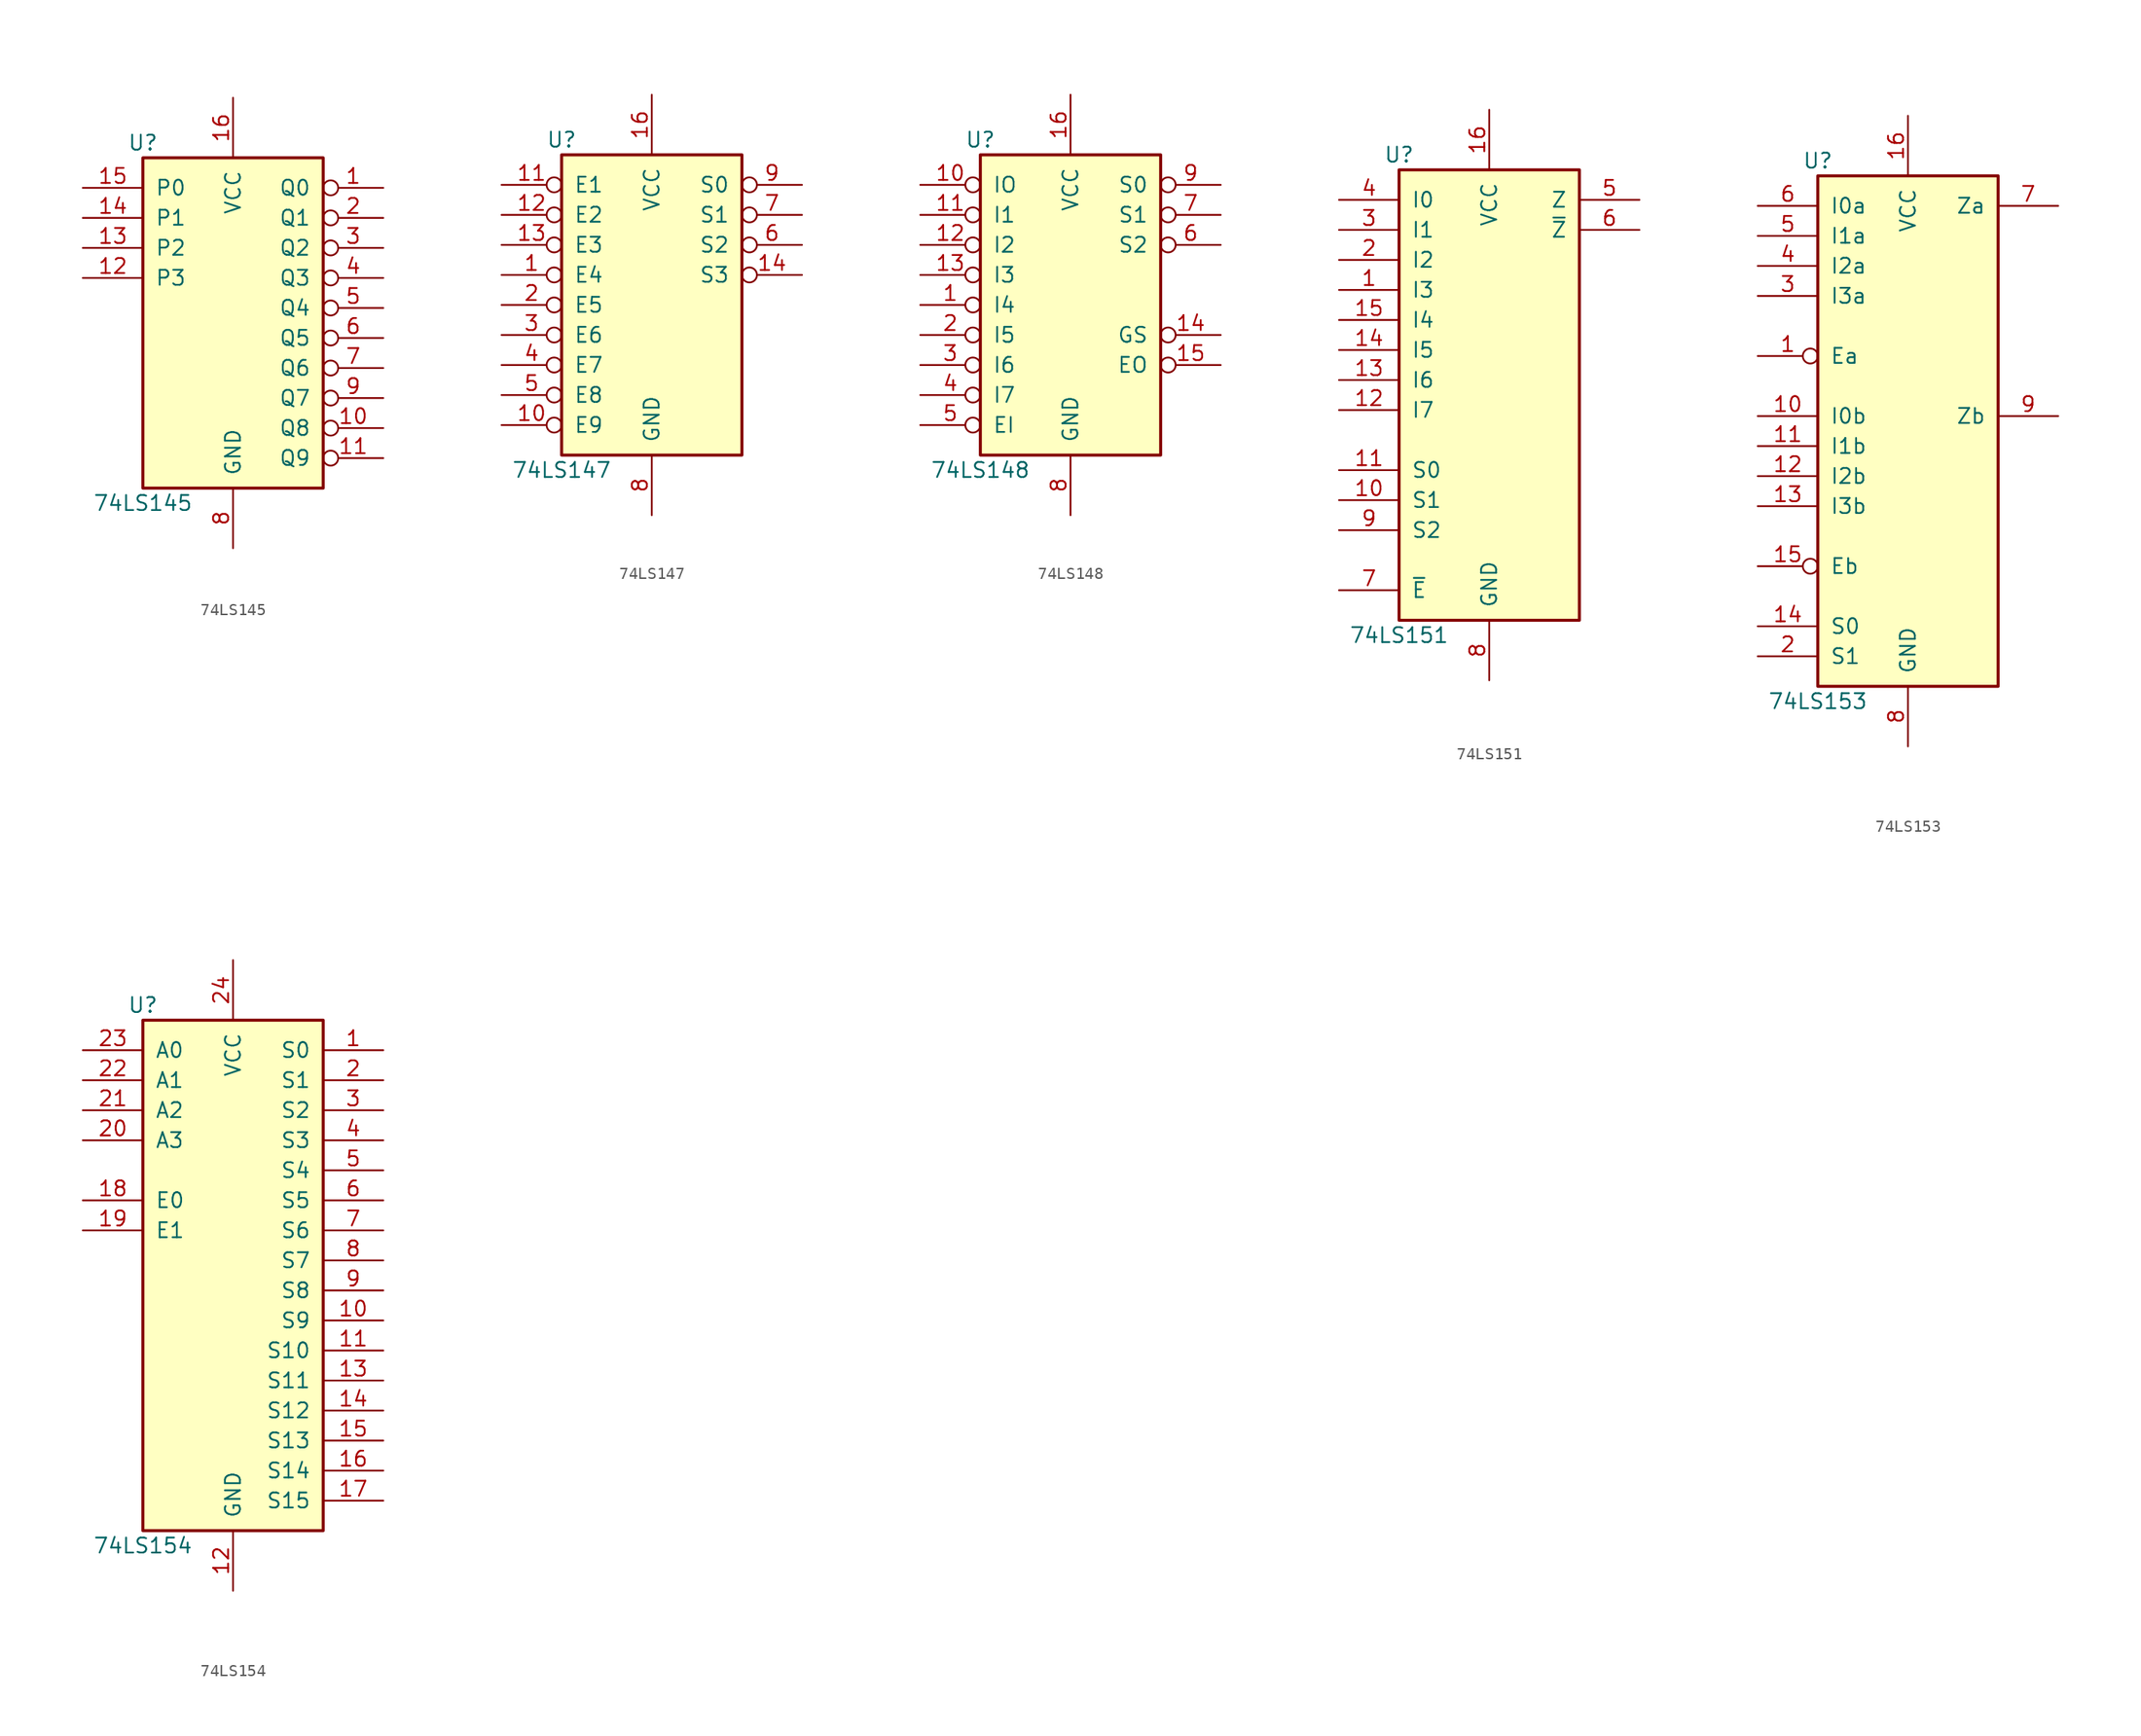
<source format=kicad_sym>
(kicad_symbol_lib
  (version 20201005)
  (generator kicad_symbol_editor)
  (symbol "74LS145"
    (pin_names
      (offset 1.016))
    (property "Reference" "U"
      (at -7.62 13.97 0)
      (effects (font (size 1.27 1.27))))
    (property "Value" "74LS145"
      (at -7.62 -16.51 0)
      (effects (font (size 1.27 1.27))))
    (property "ki_locked" ""
      (at 0 0 0)
      (effects (font (size 1.27 1.27))))
    (symbol "74LS145_1_0"
      (pin open_collector inverted (at 12.7 10.16 180) (length 5.08) (name "Q0" (effects (font (size 1.27 1.27)))) (number "1" (effects (font (size 1.27 1.27)))))
      (pin open_collector inverted (at 12.7 -10.16 180) (length 5.08) (name "Q8" (effects (font (size 1.27 1.27)))) (number "10" (effects (font (size 1.27 1.27)))))
      (pin open_collector inverted (at 12.7 -12.7 180) (length 5.08) (name "Q9" (effects (font (size 1.27 1.27)))) (number "11" (effects (font (size 1.27 1.27)))))
      (pin input line (at -12.7 2.54 0) (length 5.08) (name "P3" (effects (font (size 1.27 1.27)))) (number "12" (effects (font (size 1.27 1.27)))))
      (pin input line (at -12.7 5.08 0) (length 5.08) (name "P2" (effects (font (size 1.27 1.27)))) (number "13" (effects (font (size 1.27 1.27)))))
      (pin input line (at -12.7 7.62 0) (length 5.08) (name "P1" (effects (font (size 1.27 1.27)))) (number "14" (effects (font (size 1.27 1.27)))))
      (pin input line (at -12.7 10.16 0) (length 5.08) (name "P0" (effects (font (size 1.27 1.27)))) (number "15" (effects (font (size 1.27 1.27)))))
      (pin power_in line (at 0 17.78 270) (length 5.08) (name "VCC" (effects (font (size 1.27 1.27)))) (number "16" (effects (font (size 1.27 1.27)))))
      (pin open_collector inverted (at 12.7 7.62 180) (length 5.08) (name "Q1" (effects (font (size 1.27 1.27)))) (number "2" (effects (font (size 1.27 1.27)))))
      (pin open_collector inverted (at 12.7 5.08 180) (length 5.08) (name "Q2" (effects (font (size 1.27 1.27)))) (number "3" (effects (font (size 1.27 1.27)))))
      (pin open_collector inverted (at 12.7 2.54 180) (length 5.08) (name "Q3" (effects (font (size 1.27 1.27)))) (number "4" (effects (font (size 1.27 1.27)))))
      (pin open_collector inverted (at 12.7 0 180) (length 5.08) (name "Q4" (effects (font (size 1.27 1.27)))) (number "5" (effects (font (size 1.27 1.27)))))
      (pin open_collector inverted (at 12.7 -2.54 180) (length 5.08) (name "Q5" (effects (font (size 1.27 1.27)))) (number "6" (effects (font (size 1.27 1.27)))))
      (pin open_collector inverted (at 12.7 -5.08 180) (length 5.08) (name "Q6" (effects (font (size 1.27 1.27)))) (number "7" (effects (font (size 1.27 1.27)))))
      (pin power_in line (at 0 -20.32 90) (length 5.08) (name "GND" (effects (font (size 1.27 1.27)))) (number "8" (effects (font (size 1.27 1.27)))))
      (pin open_collector inverted (at 12.7 -7.62 180) (length 5.08) (name "Q7" (effects (font (size 1.27 1.27)))) (number "9" (effects (font (size 1.27 1.27))))))
    (symbol "74LS145_1_1"
      (rectangle (start -7.62 12.7) (end 7.62 -15.24) (stroke (width 0.254)) (fill (type background)))))
  (symbol "74LS147"
    (pin_names
      (offset 1.016))
    (property "Reference" "U"
      (at -7.62 13.97 0)
      (effects (font (size 1.27 1.27))))
    (property "Value" "74LS147"
      (at -7.62 -13.97 0)
      (effects (font (size 1.27 1.27))))
    (property "ki_locked" ""
      (at 0 0 0)
      (effects (font (size 1.27 1.27))))
    (symbol "74LS147_1_0"
      (pin input inverted (at -12.7 2.54 0) (length 5.08) (name "E4" (effects (font (size 1.27 1.27)))) (number "1" (effects (font (size 1.27 1.27)))))
      (pin input inverted (at -12.7 -10.16 0) (length 5.08) (name "E9" (effects (font (size 1.27 1.27)))) (number "10" (effects (font (size 1.27 1.27)))))
      (pin input inverted (at -12.7 10.16 0) (length 5.08) (name "E1" (effects (font (size 1.27 1.27)))) (number "11" (effects (font (size 1.27 1.27)))))
      (pin input inverted (at -12.7 7.62 0) (length 5.08) (name "E2" (effects (font (size 1.27 1.27)))) (number "12" (effects (font (size 1.27 1.27)))))
      (pin input inverted (at -12.7 5.08 0) (length 5.08) (name "E3" (effects (font (size 1.27 1.27)))) (number "13" (effects (font (size 1.27 1.27)))))
      (pin output inverted (at 12.7 2.54 180) (length 5.08) (name "S3" (effects (font (size 1.27 1.27)))) (number "14" (effects (font (size 1.27 1.27)))))
      (pin power_in line (at 0 17.78 270) (length 5.08) (name "VCC" (effects (font (size 1.27 1.27)))) (number "16" (effects (font (size 1.27 1.27)))))
      (pin input inverted (at -12.7 0 0) (length 5.08) (name "E5" (effects (font (size 1.27 1.27)))) (number "2" (effects (font (size 1.27 1.27)))))
      (pin input inverted (at -12.7 -2.54 0) (length 5.08) (name "E6" (effects (font (size 1.27 1.27)))) (number "3" (effects (font (size 1.27 1.27)))))
      (pin input inverted (at -12.7 -5.08 0) (length 5.08) (name "E7" (effects (font (size 1.27 1.27)))) (number "4" (effects (font (size 1.27 1.27)))))
      (pin input inverted (at -12.7 -7.62 0) (length 5.08) (name "E8" (effects (font (size 1.27 1.27)))) (number "5" (effects (font (size 1.27 1.27)))))
      (pin output inverted (at 12.7 5.08 180) (length 5.08) (name "S2" (effects (font (size 1.27 1.27)))) (number "6" (effects (font (size 1.27 1.27)))))
      (pin output inverted (at 12.7 7.62 180) (length 5.08) (name "S1" (effects (font (size 1.27 1.27)))) (number "7" (effects (font (size 1.27 1.27)))))
      (pin power_in line (at 0 -17.78 90) (length 5.08) (name "GND" (effects (font (size 1.27 1.27)))) (number "8" (effects (font (size 1.27 1.27)))))
      (pin output inverted (at 12.7 10.16 180) (length 5.08) (name "S0" (effects (font (size 1.27 1.27)))) (number "9" (effects (font (size 1.27 1.27))))))
    (symbol "74LS147_1_1"
      (rectangle (start -7.62 12.7) (end 7.62 -12.7) (stroke (width 0.254)) (fill (type background)))))
  (symbol "74LS148"
    (pin_names
      (offset 1.016))
    (property "Reference" "U"
      (at -7.62 13.97 0)
      (effects (font (size 1.27 1.27))))
    (property "Value" "74LS148"
      (at -7.62 -13.97 0)
      (effects (font (size 1.27 1.27))))
    (property "ki_locked" ""
      (at 0 0 0)
      (effects (font (size 1.27 1.27))))
    (symbol "74LS148_1_0"
      (pin input inverted (at -12.7 0 0) (length 5.08) (name "I4" (effects (font (size 1.27 1.27)))) (number "1" (effects (font (size 1.27 1.27)))))
      (pin input inverted (at -12.7 10.16 0) (length 5.08) (name "IO" (effects (font (size 1.27 1.27)))) (number "10" (effects (font (size 1.27 1.27)))))
      (pin input inverted (at -12.7 7.62 0) (length 5.08) (name "I1" (effects (font (size 1.27 1.27)))) (number "11" (effects (font (size 1.27 1.27)))))
      (pin input inverted (at -12.7 5.08 0) (length 5.08) (name "I2" (effects (font (size 1.27 1.27)))) (number "12" (effects (font (size 1.27 1.27)))))
      (pin input inverted (at -12.7 2.54 0) (length 5.08) (name "I3" (effects (font (size 1.27 1.27)))) (number "13" (effects (font (size 1.27 1.27)))))
      (pin output inverted (at 12.7 -2.54 180) (length 5.08) (name "GS" (effects (font (size 1.27 1.27)))) (number "14" (effects (font (size 1.27 1.27)))))
      (pin output inverted (at 12.7 -5.08 180) (length 5.08) (name "EO" (effects (font (size 1.27 1.27)))) (number "15" (effects (font (size 1.27 1.27)))))
      (pin power_in line (at 0 17.78 270) (length 5.08) (name "VCC" (effects (font (size 1.27 1.27)))) (number "16" (effects (font (size 1.27 1.27)))))
      (pin input inverted (at -12.7 -2.54 0) (length 5.08) (name "I5" (effects (font (size 1.27 1.27)))) (number "2" (effects (font (size 1.27 1.27)))))
      (pin input inverted (at -12.7 -5.08 0) (length 5.08) (name "I6" (effects (font (size 1.27 1.27)))) (number "3" (effects (font (size 1.27 1.27)))))
      (pin input inverted (at -12.7 -7.62 0) (length 5.08) (name "I7" (effects (font (size 1.27 1.27)))) (number "4" (effects (font (size 1.27 1.27)))))
      (pin input inverted (at -12.7 -10.16 0) (length 5.08) (name "EI" (effects (font (size 1.27 1.27)))) (number "5" (effects (font (size 1.27 1.27)))))
      (pin output inverted (at 12.7 5.08 180) (length 5.08) (name "S2" (effects (font (size 1.27 1.27)))) (number "6" (effects (font (size 1.27 1.27)))))
      (pin output inverted (at 12.7 7.62 180) (length 5.08) (name "S1" (effects (font (size 1.27 1.27)))) (number "7" (effects (font (size 1.27 1.27)))))
      (pin power_in line (at 0 -17.78 90) (length 5.08) (name "GND" (effects (font (size 1.27 1.27)))) (number "8" (effects (font (size 1.27 1.27)))))
      (pin output inverted (at 12.7 10.16 180) (length 5.08) (name "S0" (effects (font (size 1.27 1.27)))) (number "9" (effects (font (size 1.27 1.27))))))
    (symbol "74LS148_1_1"
      (rectangle (start -7.62 12.7) (end 7.62 -12.7) (stroke (width 0.254)) (fill (type background)))))
  (symbol "74LS151"
    (pin_names
      (offset 1.016))
    (property "Reference" "U"
      (at -7.62 19.05 0)
      (effects (font (size 1.27 1.27))))
    (property "Value" "74LS151"
      (at -7.62 -21.59 0)
      (effects (font (size 1.27 1.27))))
    (property "ki_locked" ""
      (at 0 0 0)
      (effects (font (size 1.27 1.27))))
    (symbol "74LS151_1_0"
      (pin input line (at -12.7 7.62 0) (length 5.08) (name "I3" (effects (font (size 1.27 1.27)))) (number "1" (effects (font (size 1.27 1.27)))))
      (pin input line (at -12.7 -10.16 0) (length 5.08) (name "S1" (effects (font (size 1.27 1.27)))) (number "10" (effects (font (size 1.27 1.27)))))
      (pin input line (at -12.7 -7.62 0) (length 5.08) (name "S0" (effects (font (size 1.27 1.27)))) (number "11" (effects (font (size 1.27 1.27)))))
      (pin input line (at -12.7 -2.54 0) (length 5.08) (name "I7" (effects (font (size 1.27 1.27)))) (number "12" (effects (font (size 1.27 1.27)))))
      (pin input line (at -12.7 0 0) (length 5.08) (name "I6" (effects (font (size 1.27 1.27)))) (number "13" (effects (font (size 1.27 1.27)))))
      (pin input line (at -12.7 2.54 0) (length 5.08) (name "I5" (effects (font (size 1.27 1.27)))) (number "14" (effects (font (size 1.27 1.27)))))
      (pin input line (at -12.7 5.08 0) (length 5.08) (name "I4" (effects (font (size 1.27 1.27)))) (number "15" (effects (font (size 1.27 1.27)))))
      (pin power_in line (at 0 22.86 270) (length 5.08) (name "VCC" (effects (font (size 1.27 1.27)))) (number "16" (effects (font (size 1.27 1.27)))))
      (pin input line (at -12.7 10.16 0) (length 5.08) (name "I2" (effects (font (size 1.27 1.27)))) (number "2" (effects (font (size 1.27 1.27)))))
      (pin input line (at -12.7 12.7 0) (length 5.08) (name "I1" (effects (font (size 1.27 1.27)))) (number "3" (effects (font (size 1.27 1.27)))))
      (pin input line (at -12.7 15.24 0) (length 5.08) (name "I0" (effects (font (size 1.27 1.27)))) (number "4" (effects (font (size 1.27 1.27)))))
      (pin output line (at 12.7 15.24 180) (length 5.08) (name "Z" (effects (font (size 1.27 1.27)))) (number "5" (effects (font (size 1.27 1.27)))))
      (pin output line (at 12.7 12.7 180) (length 5.08) (name "~Z" (effects (font (size 1.27 1.27)))) (number "6" (effects (font (size 1.27 1.27)))))
      (pin input line (at -12.7 -17.78 0) (length 5.08) (name "~E" (effects (font (size 1.27 1.27)))) (number "7" (effects (font (size 1.27 1.27)))))
      (pin power_in line (at 0 -25.4 90) (length 5.08) (name "GND" (effects (font (size 1.27 1.27)))) (number "8" (effects (font (size 1.27 1.27)))))
      (pin input line (at -12.7 -12.7 0) (length 5.08) (name "S2" (effects (font (size 1.27 1.27)))) (number "9" (effects (font (size 1.27 1.27))))))
    (symbol "74LS151_1_1"
      (rectangle (start -7.62 17.78) (end 7.62 -20.32) (stroke (width 0.254)) (fill (type background)))))
  (symbol "74LS153"
    (pin_names
      (offset 1.016))
    (property "Reference" "U"
      (at -7.62 21.59 0)
      (effects (font (size 1.27 1.27))))
    (property "Value" "74LS153"
      (at -7.62 -24.13 0)
      (effects (font (size 1.27 1.27))))
    (property "ki_locked" ""
      (at 0 0 0)
      (effects (font (size 1.27 1.27))))
    (symbol "74LS153_1_0"
      (pin input inverted (at -12.7 5.08 0) (length 5.08) (name "Ea" (effects (font (size 1.27 1.27)))) (number "1" (effects (font (size 1.27 1.27)))))
      (pin input line (at -12.7 0 0) (length 5.08) (name "I0b" (effects (font (size 1.27 1.27)))) (number "10" (effects (font (size 1.27 1.27)))))
      (pin input line (at -12.7 -2.54 0) (length 5.08) (name "I1b" (effects (font (size 1.27 1.27)))) (number "11" (effects (font (size 1.27 1.27)))))
      (pin input line (at -12.7 -5.08 0) (length 5.08) (name "I2b" (effects (font (size 1.27 1.27)))) (number "12" (effects (font (size 1.27 1.27)))))
      (pin input line (at -12.7 -7.62 0) (length 5.08) (name "I3b" (effects (font (size 1.27 1.27)))) (number "13" (effects (font (size 1.27 1.27)))))
      (pin input line (at -12.7 -17.78 0) (length 5.08) (name "S0" (effects (font (size 1.27 1.27)))) (number "14" (effects (font (size 1.27 1.27)))))
      (pin input inverted (at -12.7 -12.7 0) (length 5.08) (name "Eb" (effects (font (size 1.27 1.27)))) (number "15" (effects (font (size 1.27 1.27)))))
      (pin power_in line (at 0 25.4 270) (length 5.08) (name "VCC" (effects (font (size 1.27 1.27)))) (number "16" (effects (font (size 1.27 1.27)))))
      (pin input line (at -12.7 -20.32 0) (length 5.08) (name "S1" (effects (font (size 1.27 1.27)))) (number "2" (effects (font (size 1.27 1.27)))))
      (pin input line (at -12.7 10.16 0) (length 5.08) (name "I3a" (effects (font (size 1.27 1.27)))) (number "3" (effects (font (size 1.27 1.27)))))
      (pin input line (at -12.7 12.7 0) (length 5.08) (name "I2a" (effects (font (size 1.27 1.27)))) (number "4" (effects (font (size 1.27 1.27)))))
      (pin input line (at -12.7 15.24 0) (length 5.08) (name "I1a" (effects (font (size 1.27 1.27)))) (number "5" (effects (font (size 1.27 1.27)))))
      (pin input line (at -12.7 17.78 0) (length 5.08) (name "I0a" (effects (font (size 1.27 1.27)))) (number "6" (effects (font (size 1.27 1.27)))))
      (pin output line (at 12.7 17.78 180) (length 5.08) (name "Za" (effects (font (size 1.27 1.27)))) (number "7" (effects (font (size 1.27 1.27)))))
      (pin power_in line (at 0 -27.94 90) (length 5.08) (name "GND" (effects (font (size 1.27 1.27)))) (number "8" (effects (font (size 1.27 1.27)))))
      (pin output line (at 12.7 0 180) (length 5.08) (name "Zb" (effects (font (size 1.27 1.27)))) (number "9" (effects (font (size 1.27 1.27))))))
    (symbol "74LS153_1_1"
      (rectangle (start -7.62 20.32) (end 7.62 -22.86) (stroke (width 0.254)) (fill (type background)))))
  (symbol "74LS154"
    (pin_names
      (offset 1.016))
    (property "Reference" "U"
      (at -7.62 21.59 0)
      (effects (font (size 1.27 1.27))))
    (property "Value" "74LS154"
      (at -7.62 -24.13 0)
      (effects (font (size 1.27 1.27))))
    (property "ki_locked" ""
      (at 0 0 0)
      (effects (font (size 1.27 1.27))))
    (symbol "74LS154_1_0"
      (pin output line (at 12.7 17.78 180) (length 5.08) (name "S0" (effects (font (size 1.27 1.27)))) (number "1" (effects (font (size 1.27 1.27)))))
      (pin output line (at 12.7 -5.08 180) (length 5.08) (name "S9" (effects (font (size 1.27 1.27)))) (number "10" (effects (font (size 1.27 1.27)))))
      (pin output line (at 12.7 -7.62 180) (length 5.08) (name "S10" (effects (font (size 1.27 1.27)))) (number "11" (effects (font (size 1.27 1.27)))))
      (pin power_in line (at 0 -27.94 90) (length 5.08) (name "GND" (effects (font (size 1.27 1.27)))) (number "12" (effects (font (size 1.27 1.27)))))
      (pin output line (at 12.7 -10.16 180) (length 5.08) (name "S11" (effects (font (size 1.27 1.27)))) (number "13" (effects (font (size 1.27 1.27)))))
      (pin output line (at 12.7 -12.7 180) (length 5.08) (name "S12" (effects (font (size 1.27 1.27)))) (number "14" (effects (font (size 1.27 1.27)))))
      (pin output line (at 12.7 -15.24 180) (length 5.08) (name "S13" (effects (font (size 1.27 1.27)))) (number "15" (effects (font (size 1.27 1.27)))))
      (pin output line (at 12.7 -17.78 180) (length 5.08) (name "S14" (effects (font (size 1.27 1.27)))) (number "16" (effects (font (size 1.27 1.27)))))
      (pin output line (at 12.7 -20.32 180) (length 5.08) (name "S15" (effects (font (size 1.27 1.27)))) (number "17" (effects (font (size 1.27 1.27)))))
      (pin input line (at -12.7 5.08 0) (length 5.08) (name "E0" (effects (font (size 1.27 1.27)))) (number "18" (effects (font (size 1.27 1.27)))))
      (pin input line (at -12.7 2.54 0) (length 5.08) (name "E1" (effects (font (size 1.27 1.27)))) (number "19" (effects (font (size 1.27 1.27)))))
      (pin output line (at 12.7 15.24 180) (length 5.08) (name "S1" (effects (font (size 1.27 1.27)))) (number "2" (effects (font (size 1.27 1.27)))))
      (pin input line (at -12.7 10.16 0) (length 5.08) (name "A3" (effects (font (size 1.27 1.27)))) (number "20" (effects (font (size 1.27 1.27)))))
      (pin input line (at -12.7 12.7 0) (length 5.08) (name "A2" (effects (font (size 1.27 1.27)))) (number "21" (effects (font (size 1.27 1.27)))))
      (pin input line (at -12.7 15.24 0) (length 5.08) (name "A1" (effects (font (size 1.27 1.27)))) (number "22" (effects (font (size 1.27 1.27)))))
      (pin input line (at -12.7 17.78 0) (length 5.08) (name "A0" (effects (font (size 1.27 1.27)))) (number "23" (effects (font (size 1.27 1.27)))))
      (pin power_in line (at 0 25.4 270) (length 5.08) (name "VCC" (effects (font (size 1.27 1.27)))) (number "24" (effects (font (size 1.27 1.27)))))
      (pin output line (at 12.7 12.7 180) (length 5.08) (name "S2" (effects (font (size 1.27 1.27)))) (number "3" (effects (font (size 1.27 1.27)))))
      (pin output line (at 12.7 10.16 180) (length 5.08) (name "S3" (effects (font (size 1.27 1.27)))) (number "4" (effects (font (size 1.27 1.27)))))
      (pin output line (at 12.7 7.62 180) (length 5.08) (name "S4" (effects (font (size 1.27 1.27)))) (number "5" (effects (font (size 1.27 1.27)))))
      (pin output line (at 12.7 5.08 180) (length 5.08) (name "S5" (effects (font (size 1.27 1.27)))) (number "6" (effects (font (size 1.27 1.27)))))
      (pin output line (at 12.7 2.54 180) (length 5.08) (name "S6" (effects (font (size 1.27 1.27)))) (number "7" (effects (font (size 1.27 1.27)))))
      (pin output line (at 12.7 0 180) (length 5.08) (name "S7" (effects (font (size 1.27 1.27)))) (number "8" (effects (font (size 1.27 1.27)))))
      (pin output line (at 12.7 -2.54 180) (length 5.08) (name "S8" (effects (font (size 1.27 1.27)))) (number "9" (effects (font (size 1.27 1.27))))))
    (symbol "74LS154_1_1"
      (rectangle (start -7.62 20.32) (end 7.62 -22.86) (stroke (width 0.254)) (fill (type background))))))
</source>
